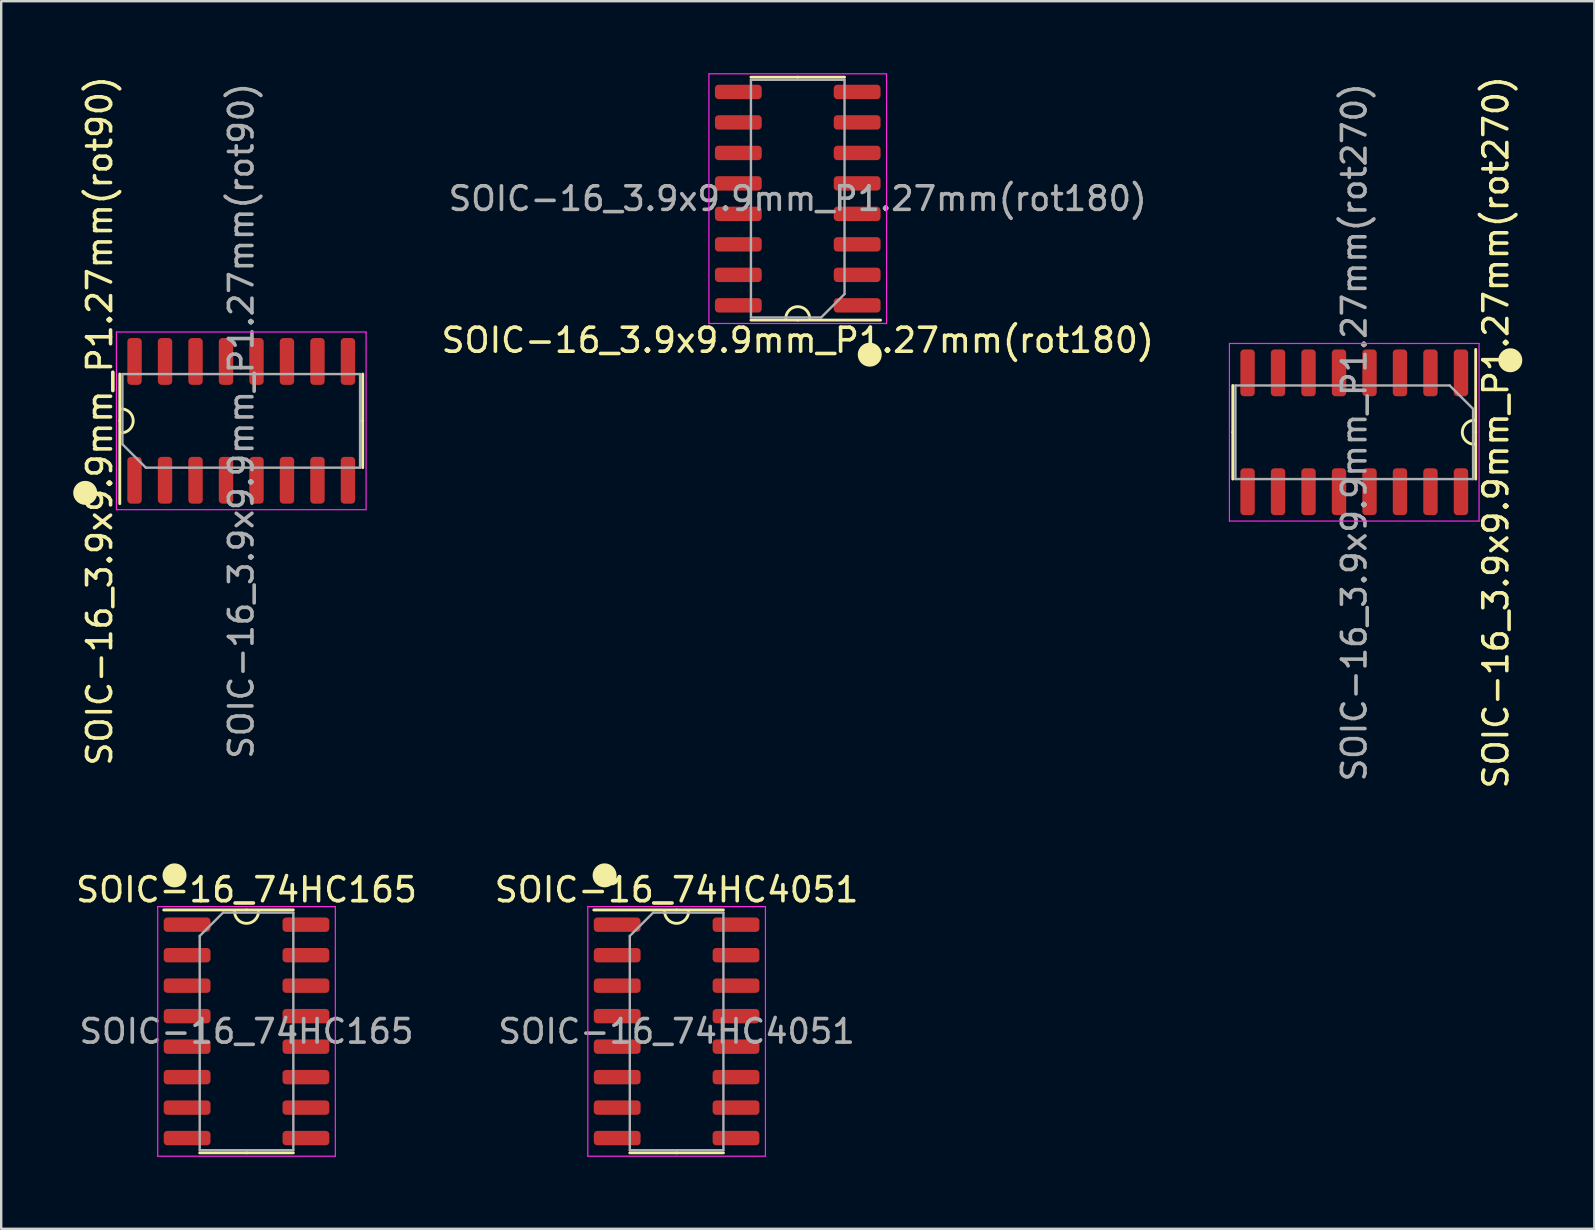
<source format=kicad_pcb>
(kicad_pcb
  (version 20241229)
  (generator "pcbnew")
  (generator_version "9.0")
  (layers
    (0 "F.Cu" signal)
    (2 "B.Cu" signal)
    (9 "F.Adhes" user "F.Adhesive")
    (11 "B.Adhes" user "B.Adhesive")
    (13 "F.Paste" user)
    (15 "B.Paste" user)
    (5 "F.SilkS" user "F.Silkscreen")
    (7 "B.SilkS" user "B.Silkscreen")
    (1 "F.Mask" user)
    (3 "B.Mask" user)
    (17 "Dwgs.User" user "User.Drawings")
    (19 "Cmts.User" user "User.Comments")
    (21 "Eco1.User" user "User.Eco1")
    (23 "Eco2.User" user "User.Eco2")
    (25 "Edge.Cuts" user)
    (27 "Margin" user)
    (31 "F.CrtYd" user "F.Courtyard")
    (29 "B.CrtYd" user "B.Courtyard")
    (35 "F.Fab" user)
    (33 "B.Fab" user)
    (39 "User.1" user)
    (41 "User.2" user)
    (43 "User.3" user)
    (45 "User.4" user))
  (footprint "SOIC-16_74HC4051"
    (layer "F.Cu")
    (at 25.137 39.917)
    (property "Reference" "SOIC-16_74HC4051" (at 0 -5.9 0) (layer "F.SilkS") (effects (font (size 1 1) (thickness 0.15))))
    (attr smd)
    (fp_line (start 0 -5.06) (end -3.45 -5.06) (stroke (width 0.12) (type solid)) (layer "F.SilkS"))
    (fp_line (start 0 -5.06) (end 1.95 -5.06) (stroke (width 0.12) (type solid)) (layer "F.SilkS"))
    (fp_line (start 0 5.06) (end -1.95 5.06) (stroke (width 0.12) (type solid)) (layer "F.SilkS"))
    (fp_line (start 0 5.06) (end 1.95 5.06) (stroke (width 0.12) (type solid)) (layer "F.SilkS"))
    (fp_arc (start 0.5 -5) (mid 0 -4.5) (end -0.5 -5) (stroke (width 0.12) (type solid)) (layer "F.SilkS"))
    (fp_circle (center -3 -6.5) (end -2.75 -6.5) (stroke (width 0.5) (type solid)) (fill no) (layer "F.SilkS"))
    (fp_line (start -3.7 -5.2) (end -3.7 5.2) (stroke (width 0.05) (type solid)) (layer "F.CrtYd"))
    (fp_line (start -3.7 5.2) (end 3.7 5.2) (stroke (width 0.05) (type solid)) (layer "F.CrtYd"))
    (fp_line (start 3.7 -5.2) (end -3.7 -5.2) (stroke (width 0.05) (type solid)) (layer "F.CrtYd"))
    (fp_line (start 3.7 5.2) (end 3.7 -5.2) (stroke (width 0.05) (type solid)) (layer "F.CrtYd"))
    (fp_line (start -1.95 -3.975) (end -0.975 -4.95) (stroke (width 0.1) (type solid)) (layer "F.Fab"))
    (fp_line (start -1.95 4.95) (end -1.95 -3.975) (stroke (width 0.1) (type solid)) (layer "F.Fab"))
    (fp_line (start -0.975 -4.95) (end 1.95 -4.95) (stroke (width 0.1) (type solid)) (layer "F.Fab"))
    (fp_line (start 1.95 -4.95) (end 1.95 4.95) (stroke (width 0.1) (type solid)) (layer "F.Fab"))
    (fp_line (start 1.95 4.95) (end -1.95 4.95) (stroke (width 0.1) (type solid)) (layer "F.Fab"))
    (fp_text user "${REFERENCE}" (at 0 0 0) (layer "F.Fab") (effects (font (size 0.98 0.98) (thickness 0.15))))
    (pad "1" smd roundrect (at -2.475 -4.445) (size 1.95 0.6) (layers "F.Cu" "F.Mask" "F.Paste") (roundrect_rratio 0.25))
    (pad "2" smd roundrect (at -2.475 -3.175) (size 1.95 0.6) (layers "F.Cu" "F.Mask" "F.Paste") (roundrect_rratio 0.25))
    (pad "3" smd roundrect (at -2.475 -1.905) (size 1.95 0.6) (layers "F.Cu" "F.Mask" "F.Paste") (roundrect_rratio 0.25))
    (pad "4" smd roundrect (at -2.475 -0.635) (size 1.95 0.6) (layers "F.Cu" "F.Mask" "F.Paste") (roundrect_rratio 0.25))
    (pad "5" smd roundrect (at -2.475 0.635) (size 1.95 0.6) (layers "F.Cu" "F.Mask" "F.Paste") (roundrect_rratio 0.25))
    (pad "6" smd roundrect (at -2.475 1.905) (size 1.95 0.6) (layers "F.Cu" "F.Mask" "F.Paste") (roundrect_rratio 0.25))
    (pad "7" smd roundrect (at -2.475 3.175) (size 1.95 0.6) (layers "F.Cu" "F.Mask" "F.Paste") (roundrect_rratio 0.25))
    (pad "8" smd roundrect (at -2.475 4.445) (size 1.95 0.6) (layers "F.Cu" "F.Mask" "F.Paste") (roundrect_rratio 0.25))
    (pad "9" smd roundrect (at 2.475 4.445) (size 1.95 0.6) (layers "F.Cu" "F.Mask" "F.Paste") (roundrect_rratio 0.25))
    (pad "10" smd roundrect (at 2.475 3.175) (size 1.95 0.6) (layers "F.Cu" "F.Mask" "F.Paste") (roundrect_rratio 0.25))
    (pad "11" smd roundrect (at 2.475 1.905) (size 1.95 0.6) (layers "F.Cu" "F.Mask" "F.Paste") (roundrect_rratio 0.25))
    (pad "12" smd roundrect (at 2.475 0.635) (size 1.95 0.6) (layers "F.Cu" "F.Mask" "F.Paste") (roundrect_rratio 0.25))
    (pad "13" smd roundrect (at 2.475 -0.635) (size 1.95 0.6) (layers "F.Cu" "F.Mask" "F.Paste") (roundrect_rratio 0.25))
    (pad "14" smd roundrect (at 2.475 -1.905) (size 1.95 0.6) (layers "F.Cu" "F.Mask" "F.Paste") (roundrect_rratio 0.25))
    (pad "15" smd roundrect (at 2.475 -3.175) (size 1.95 0.6) (layers "F.Cu" "F.Mask" "F.Paste") (roundrect_rratio 0.25))
    (pad "16" smd roundrect (at 2.475 -4.445) (size 1.95 0.6) (layers "F.Cu" "F.Mask" "F.Paste") (roundrect_rratio 0.25)))
  (footprint "SOIC-16_74HC165"
    (layer "F.Cu")
    (at 7.22 39.917)
    (property "Reference" "SOIC-16_74HC165" (at 0 -5.9 0) (layer "F.SilkS") (effects (font (size 1 1) (thickness 0.15))))
    (attr smd)
    (fp_line (start 0 -5.06) (end -3.45 -5.06) (stroke (width 0.12) (type solid)) (layer "F.SilkS"))
    (fp_line (start 0 -5.06) (end 1.95 -5.06) (stroke (width 0.12) (type solid)) (layer "F.SilkS"))
    (fp_line (start 0 5.06) (end -1.95 5.06) (stroke (width 0.12) (type solid)) (layer "F.SilkS"))
    (fp_line (start 0 5.06) (end 1.95 5.06) (stroke (width 0.12) (type solid)) (layer "F.SilkS"))
    (fp_arc (start 0.5 -5) (mid 0 -4.5) (end -0.5 -5) (stroke (width 0.12) (type solid)) (layer "F.SilkS"))
    (fp_circle (center -3 -6.5) (end -2.75 -6.5) (stroke (width 0.5) (type solid)) (fill no) (layer "F.SilkS"))
    (fp_line (start -3.7 -5.2) (end -3.7 5.2) (stroke (width 0.05) (type solid)) (layer "F.CrtYd"))
    (fp_line (start -3.7 5.2) (end 3.7 5.2) (stroke (width 0.05) (type solid)) (layer "F.CrtYd"))
    (fp_line (start 3.7 -5.2) (end -3.7 -5.2) (stroke (width 0.05) (type solid)) (layer "F.CrtYd"))
    (fp_line (start 3.7 5.2) (end 3.7 -5.2) (stroke (width 0.05) (type solid)) (layer "F.CrtYd"))
    (fp_line (start -1.95 -3.975) (end -0.975 -4.95) (stroke (width 0.1) (type solid)) (layer "F.Fab"))
    (fp_line (start -1.95 4.95) (end -1.95 -3.975) (stroke (width 0.1) (type solid)) (layer "F.Fab"))
    (fp_line (start -0.975 -4.95) (end 1.95 -4.95) (stroke (width 0.1) (type solid)) (layer "F.Fab"))
    (fp_line (start 1.95 -4.95) (end 1.95 4.95) (stroke (width 0.1) (type solid)) (layer "F.Fab"))
    (fp_line (start 1.95 4.95) (end -1.95 4.95) (stroke (width 0.1) (type solid)) (layer "F.Fab"))
    (fp_text user "${REFERENCE}" (at 0 0 0) (layer "F.Fab") (effects (font (size 0.98 0.98) (thickness 0.15))))
    (pad "1" smd roundrect (at -2.475 -4.445) (size 1.95 0.6) (layers "F.Cu" "F.Mask" "F.Paste") (roundrect_rratio 0.25))
    (pad "2" smd roundrect (at -2.475 -3.175) (size 1.95 0.6) (layers "F.Cu" "F.Mask" "F.Paste") (roundrect_rratio 0.25))
    (pad "3" smd roundrect (at -2.475 -1.905) (size 1.95 0.6) (layers "F.Cu" "F.Mask" "F.Paste") (roundrect_rratio 0.25))
    (pad "4" smd roundrect (at -2.475 -0.635) (size 1.95 0.6) (layers "F.Cu" "F.Mask" "F.Paste") (roundrect_rratio 0.25))
    (pad "5" smd roundrect (at -2.475 0.635) (size 1.95 0.6) (layers "F.Cu" "F.Mask" "F.Paste") (roundrect_rratio 0.25))
    (pad "6" smd roundrect (at -2.475 1.905) (size 1.95 0.6) (layers "F.Cu" "F.Mask" "F.Paste") (roundrect_rratio 0.25))
    (pad "7" smd roundrect (at -2.475 3.175) (size 1.95 0.6) (layers "F.Cu" "F.Mask" "F.Paste") (roundrect_rratio 0.25))
    (pad "8" smd roundrect (at -2.475 4.445) (size 1.95 0.6) (layers "F.Cu" "F.Mask" "F.Paste") (roundrect_rratio 0.25))
    (pad "9" smd roundrect (at 2.475 4.445) (size 1.95 0.6) (layers "F.Cu" "F.Mask" "F.Paste") (roundrect_rratio 0.25))
    (pad "10" smd roundrect (at 2.475 3.175) (size 1.95 0.6) (layers "F.Cu" "F.Mask" "F.Paste") (roundrect_rratio 0.25))
    (pad "11" smd roundrect (at 2.475 1.905) (size 1.95 0.6) (layers "F.Cu" "F.Mask" "F.Paste") (roundrect_rratio 0.25))
    (pad "12" smd roundrect (at 2.475 0.635) (size 1.95 0.6) (layers "F.Cu" "F.Mask" "F.Paste") (roundrect_rratio 0.25))
    (pad "13" smd roundrect (at 2.475 -0.635) (size 1.95 0.6) (layers "F.Cu" "F.Mask" "F.Paste") (roundrect_rratio 0.25))
    (pad "14" smd roundrect (at 2.475 -1.905) (size 1.95 0.6) (layers "F.Cu" "F.Mask" "F.Paste") (roundrect_rratio 0.25))
    (pad "15" smd roundrect (at 2.475 -3.175) (size 1.95 0.6) (layers "F.Cu" "F.Mask" "F.Paste") (roundrect_rratio 0.25))
    (pad "16" smd roundrect (at 2.475 -4.445) (size 1.95 0.6) (layers "F.Cu" "F.Mask" "F.Paste") (roundrect_rratio 0.25)))
  (footprint "SOIC-16_3.9x9.9mm_P1.27mm(rot90)"
    (layer "F.Cu")
    (at 7 14.482)
    (property "Reference" "SOIC-16_3.9x9.9mm_P1.27mm(rot90)" (at -5.9 0 90) (layer "F.SilkS") (effects (font (size 1 1) (thickness 0.15))))
    (attr smd)
    (fp_line (start -5.06 0) (end -5.06 -1.95) (stroke (width 0.12) (type solid)) (layer "F.SilkS"))
    (fp_line (start -5.06 0) (end -5.06 3.45) (stroke (width 0.12) (type solid)) (layer "F.SilkS"))
    (fp_line (start 5.06 0) (end 5.06 -1.95) (stroke (width 0.12) (type solid)) (layer "F.SilkS"))
    (fp_line (start 5.06 0) (end 5.06 1.95) (stroke (width 0.12) (type solid)) (layer "F.SilkS"))
    (fp_arc (start -5 -0.5) (mid -4.5 0) (end -5 0.5) (stroke (width 0.12) (type solid)) (layer "F.SilkS"))
    (fp_circle (center -6.5 3) (end -6.5 2.75) (stroke (width 0.5) (type solid)) (fill no) (layer "F.SilkS"))
    (fp_line (start -5.2 -3.7) (end -5.2 3.7) (stroke (width 0.05) (type solid)) (layer "F.CrtYd"))
    (fp_line (start -5.2 3.7) (end 5.2 3.7) (stroke (width 0.05) (type solid)) (layer "F.CrtYd"))
    (fp_line (start 5.2 -3.7) (end -5.2 -3.7) (stroke (width 0.05) (type solid)) (layer "F.CrtYd"))
    (fp_line (start 5.2 3.7) (end 5.2 -3.7) (stroke (width 0.05) (type solid)) (layer "F.CrtYd"))
    (fp_line (start -4.95 -1.95) (end 4.95 -1.95) (stroke (width 0.1) (type solid)) (layer "F.Fab"))
    (fp_line (start -4.95 0.975) (end -4.95 -1.95) (stroke (width 0.1) (type solid)) (layer "F.Fab"))
    (fp_line (start -3.975 1.95) (end -4.95 0.975) (stroke (width 0.1) (type solid)) (layer "F.Fab"))
    (fp_line (start 4.95 -1.95) (end 4.95 1.95) (stroke (width 0.1) (type solid)) (layer "F.Fab"))
    (fp_line (start 4.95 1.95) (end -3.975 1.95) (stroke (width 0.1) (type solid)) (layer "F.Fab"))
    (fp_text user "${REFERENCE}" (at 0 0 90) (layer "F.Fab") (effects (font (size 0.98 0.98) (thickness 0.15))))
    (pad "1" smd roundrect (at -4.445 2.475 90) (size 1.95 0.6) (layers "F.Cu" "F.Mask" "F.Paste") (roundrect_rratio 0.25))
    (pad "2" smd roundrect (at -3.175 2.475 90) (size 1.95 0.6) (layers "F.Cu" "F.Mask" "F.Paste") (roundrect_rratio 0.25))
    (pad "3" smd roundrect (at -1.905 2.475 90) (size 1.95 0.6) (layers "F.Cu" "F.Mask" "F.Paste") (roundrect_rratio 0.25))
    (pad "4" smd roundrect (at -0.635 2.475 90) (size 1.95 0.6) (layers "F.Cu" "F.Mask" "F.Paste") (roundrect_rratio 0.25))
    (pad "5" smd roundrect (at 0.635 2.475 90) (size 1.95 0.6) (layers "F.Cu" "F.Mask" "F.Paste") (roundrect_rratio 0.25))
    (pad "6" smd roundrect (at 1.905 2.475 90) (size 1.95 0.6) (layers "F.Cu" "F.Mask" "F.Paste") (roundrect_rratio 0.25))
    (pad "7" smd roundrect (at 3.175 2.475 90) (size 1.95 0.6) (layers "F.Cu" "F.Mask" "F.Paste") (roundrect_rratio 0.25))
    (pad "8" smd roundrect (at 4.445 2.475 90) (size 1.95 0.6) (layers "F.Cu" "F.Mask" "F.Paste") (roundrect_rratio 0.25))
    (pad "9" smd roundrect (at 4.445 -2.475 90) (size 1.95 0.6) (layers "F.Cu" "F.Mask" "F.Paste") (roundrect_rratio 0.25))
    (pad "10" smd roundrect (at 3.175 -2.475 90) (size 1.95 0.6) (layers "F.Cu" "F.Mask" "F.Paste") (roundrect_rratio 0.25))
    (pad "11" smd roundrect (at 1.905 -2.475 90) (size 1.95 0.6) (layers "F.Cu" "F.Mask" "F.Paste") (roundrect_rratio 0.25))
    (pad "12" smd roundrect (at 0.635 -2.475 90) (size 1.95 0.6) (layers "F.Cu" "F.Mask" "F.Paste") (roundrect_rratio 0.25))
    (pad "13" smd roundrect (at -0.635 -2.475 90) (size 1.95 0.6) (layers "F.Cu" "F.Mask" "F.Paste") (roundrect_rratio 0.25))
    (pad "14" smd roundrect (at -1.905 -2.475 90) (size 1.95 0.6) (layers "F.Cu" "F.Mask" "F.Paste") (roundrect_rratio 0.25))
    (pad "15" smd roundrect (at -3.175 -2.475 90) (size 1.95 0.6) (layers "F.Cu" "F.Mask" "F.Paste") (roundrect_rratio 0.25))
    (pad "16" smd roundrect (at -4.445 -2.475 90) (size 1.95 0.6) (layers "F.Cu" "F.Mask" "F.Paste") (roundrect_rratio 0.25)))
  (footprint "SOIC-16_3.9x9.9mm_P1.27mm(rot180)"
    (layer "F.Cu")
    (at 30.183 5.225)
    (property "Reference" "SOIC-16_3.9x9.9mm_P1.27mm(rot180)" (at 0 5.9 180) (layer "F.SilkS") (effects (font (size 1 1) (thickness 0.15))))
    (attr smd)
    (fp_line (start 0 -5.06) (end -1.95 -5.06) (stroke (width 0.12) (type solid)) (layer "F.SilkS"))
    (fp_line (start 0 -5.06) (end 1.95 -5.06) (stroke (width 0.12) (type solid)) (layer "F.SilkS"))
    (fp_line (start 0 5.06) (end -1.95 5.06) (stroke (width 0.12) (type solid)) (layer "F.SilkS"))
    (fp_line (start 0 5.06) (end 3.45 5.06) (stroke (width 0.12) (type solid)) (layer "F.SilkS"))
    (fp_arc (start -0.5 5) (mid 0 4.5) (end 0.5 5) (stroke (width 0.12) (type solid)) (layer "F.SilkS"))
    (fp_circle (center 3 6.5) (end 2.75 6.5) (stroke (width 0.5) (type solid)) (fill no) (layer "F.SilkS"))
    (fp_line (start -3.7 -5.2) (end -3.7 5.2) (stroke (width 0.05) (type solid)) (layer "F.CrtYd"))
    (fp_line (start -3.7 5.2) (end 3.7 5.2) (stroke (width 0.05) (type solid)) (layer "F.CrtYd"))
    (fp_line (start 3.7 -5.2) (end -3.7 -5.2) (stroke (width 0.05) (type solid)) (layer "F.CrtYd"))
    (fp_line (start 3.7 5.2) (end 3.7 -5.2) (stroke (width 0.05) (type solid)) (layer "F.CrtYd"))
    (fp_line (start -1.95 -4.95) (end 1.95 -4.95) (stroke (width 0.1) (type solid)) (layer "F.Fab"))
    (fp_line (start -1.95 4.95) (end -1.95 -4.95) (stroke (width 0.1) (type solid)) (layer "F.Fab"))
    (fp_line (start 0.975 4.95) (end -1.95 4.95) (stroke (width 0.1) (type solid)) (layer "F.Fab"))
    (fp_line (start 1.95 -4.95) (end 1.95 3.975) (stroke (width 0.1) (type solid)) (layer "F.Fab"))
    (fp_line (start 1.95 3.975) (end 0.975 4.95) (stroke (width 0.1) (type solid)) (layer "F.Fab"))
    (fp_text user "${REFERENCE}" (at 0 0 180) (layer "F.Fab") (effects (font (size 0.98 0.98) (thickness 0.15))))
    (pad "1" smd roundrect (at 2.475 4.445 180) (size 1.95 0.6) (layers "F.Cu" "F.Mask" "F.Paste") (roundrect_rratio 0.25))
    (pad "2" smd roundrect (at 2.475 3.175 180) (size 1.95 0.6) (layers "F.Cu" "F.Mask" "F.Paste") (roundrect_rratio 0.25))
    (pad "3" smd roundrect (at 2.475 1.905 180) (size 1.95 0.6) (layers "F.Cu" "F.Mask" "F.Paste") (roundrect_rratio 0.25))
    (pad "4" smd roundrect (at 2.475 0.635 180) (size 1.95 0.6) (layers "F.Cu" "F.Mask" "F.Paste") (roundrect_rratio 0.25))
    (pad "5" smd roundrect (at 2.475 -0.635 180) (size 1.95 0.6) (layers "F.Cu" "F.Mask" "F.Paste") (roundrect_rratio 0.25))
    (pad "6" smd roundrect (at 2.475 -1.905 180) (size 1.95 0.6) (layers "F.Cu" "F.Mask" "F.Paste") (roundrect_rratio 0.25))
    (pad "7" smd roundrect (at 2.475 -3.175 180) (size 1.95 0.6) (layers "F.Cu" "F.Mask" "F.Paste") (roundrect_rratio 0.25))
    (pad "8" smd roundrect (at 2.475 -4.445 180) (size 1.95 0.6) (layers "F.Cu" "F.Mask" "F.Paste") (roundrect_rratio 0.25))
    (pad "9" smd roundrect (at -2.475 -4.445 180) (size 1.95 0.6) (layers "F.Cu" "F.Mask" "F.Paste") (roundrect_rratio 0.25))
    (pad "10" smd roundrect (at -2.475 -3.175 180) (size 1.95 0.6) (layers "F.Cu" "F.Mask" "F.Paste") (roundrect_rratio 0.25))
    (pad "11" smd roundrect (at -2.475 -1.905 180) (size 1.95 0.6) (layers "F.Cu" "F.Mask" "F.Paste") (roundrect_rratio 0.25))
    (pad "12" smd roundrect (at -2.475 -0.635 180) (size 1.95 0.6) (layers "F.Cu" "F.Mask" "F.Paste") (roundrect_rratio 0.25))
    (pad "13" smd roundrect (at -2.475 0.635 180) (size 1.95 0.6) (layers "F.Cu" "F.Mask" "F.Paste") (roundrect_rratio 0.25))
    (pad "14" smd roundrect (at -2.475 1.905 180) (size 1.95 0.6) (layers "F.Cu" "F.Mask" "F.Paste") (roundrect_rratio 0.25))
    (pad "15" smd roundrect (at -2.475 3.175 180) (size 1.95 0.6) (layers "F.Cu" "F.Mask" "F.Paste") (roundrect_rratio 0.25))
    (pad "16" smd roundrect (at -2.475 4.445 180) (size 1.95 0.6) (layers "F.Cu" "F.Mask" "F.Paste") (roundrect_rratio 0.25)))
  (footprint "SOIC-16_3.9x9.9mm_P1.27mm(rot270)"
    (layer "F.Cu")
    (at 53.367 14.958)
    (property "Reference" "SOIC-16_3.9x9.9mm_P1.27mm(rot270)" (at 5.9 0 270) (layer "F.SilkS") (effects (font (size 1 1) (thickness 0.15))))
    (attr smd)
    (fp_line (start -5.06 0) (end -5.06 -1.95) (stroke (width 0.12) (type solid)) (layer "F.SilkS"))
    (fp_line (start -5.06 0) (end -5.06 1.95) (stroke (width 0.12) (type solid)) (layer "F.SilkS"))
    (fp_line (start 5.06 0) (end 5.06 -3.45) (stroke (width 0.12) (type solid)) (layer "F.SilkS"))
    (fp_line (start 5.06 0) (end 5.06 1.95) (stroke (width 0.12) (type solid)) (layer "F.SilkS"))
    (fp_arc (start 5 0.5) (mid 4.5 0) (end 5 -0.5) (stroke (width 0.12) (type solid)) (layer "F.SilkS"))
    (fp_circle (center 6.5 -3) (end 6.5 -2.75) (stroke (width 0.5) (type solid)) (fill no) (layer "F.SilkS"))
    (fp_line (start -5.2 -3.7) (end -5.2 3.7) (stroke (width 0.05) (type solid)) (layer "F.CrtYd"))
    (fp_line (start -5.2 3.7) (end 5.2 3.7) (stroke (width 0.05) (type solid)) (layer "F.CrtYd"))
    (fp_line (start 5.2 -3.7) (end -5.2 -3.7) (stroke (width 0.05) (type solid)) (layer "F.CrtYd"))
    (fp_line (start 5.2 3.7) (end 5.2 -3.7) (stroke (width 0.05) (type solid)) (layer "F.CrtYd"))
    (fp_line (start -4.95 -1.95) (end 3.975 -1.95) (stroke (width 0.1) (type solid)) (layer "F.Fab"))
    (fp_line (start -4.95 1.95) (end -4.95 -1.95) (stroke (width 0.1) (type solid)) (layer "F.Fab"))
    (fp_line (start 3.975 -1.95) (end 4.95 -0.975) (stroke (width 0.1) (type solid)) (layer "F.Fab"))
    (fp_line (start 4.95 -0.975) (end 4.95 1.95) (stroke (width 0.1) (type solid)) (layer "F.Fab"))
    (fp_line (start 4.95 1.95) (end -4.95 1.95) (stroke (width 0.1) (type solid)) (layer "F.Fab"))
    (fp_text user "${REFERENCE}" (at 0 0 270) (layer "F.Fab") (effects (font (size 0.98 0.98) (thickness 0.15))))
    (pad "1" smd roundrect (at 4.445 -2.475 270) (size 1.95 0.6) (layers "F.Cu" "F.Mask" "F.Paste") (roundrect_rratio 0.25))
    (pad "2" smd roundrect (at 3.175 -2.475 270) (size 1.95 0.6) (layers "F.Cu" "F.Mask" "F.Paste") (roundrect_rratio 0.25))
    (pad "3" smd roundrect (at 1.905 -2.475 270) (size 1.95 0.6) (layers "F.Cu" "F.Mask" "F.Paste") (roundrect_rratio 0.25))
    (pad "4" smd roundrect (at 0.635 -2.475 270) (size 1.95 0.6) (layers "F.Cu" "F.Mask" "F.Paste") (roundrect_rratio 0.25))
    (pad "5" smd roundrect (at -0.635 -2.475 270) (size 1.95 0.6) (layers "F.Cu" "F.Mask" "F.Paste") (roundrect_rratio 0.25))
    (pad "6" smd roundrect (at -1.905 -2.475 270) (size 1.95 0.6) (layers "F.Cu" "F.Mask" "F.Paste") (roundrect_rratio 0.25))
    (pad "7" smd roundrect (at -3.175 -2.475 270) (size 1.95 0.6) (layers "F.Cu" "F.Mask" "F.Paste") (roundrect_rratio 0.25))
    (pad "8" smd roundrect (at -4.445 -2.475 270) (size 1.95 0.6) (layers "F.Cu" "F.Mask" "F.Paste") (roundrect_rratio 0.25))
    (pad "9" smd roundrect (at -4.445 2.475 270) (size 1.95 0.6) (layers "F.Cu" "F.Mask" "F.Paste") (roundrect_rratio 0.25))
    (pad "10" smd roundrect (at -3.175 2.475 270) (size 1.95 0.6) (layers "F.Cu" "F.Mask" "F.Paste") (roundrect_rratio 0.25))
    (pad "11" smd roundrect (at -1.905 2.475 270) (size 1.95 0.6) (layers "F.Cu" "F.Mask" "F.Paste") (roundrect_rratio 0.25))
    (pad "12" smd roundrect (at -0.635 2.475 270) (size 1.95 0.6) (layers "F.Cu" "F.Mask" "F.Paste") (roundrect_rratio 0.25))
    (pad "13" smd roundrect (at 0.635 2.475 270) (size 1.95 0.6) (layers "F.Cu" "F.Mask" "F.Paste") (roundrect_rratio 0.25))
    (pad "14" smd roundrect (at 1.905 2.475 270) (size 1.95 0.6) (layers "F.Cu" "F.Mask" "F.Paste") (roundrect_rratio 0.25))
    (pad "15" smd roundrect (at 3.175 2.475 270) (size 1.95 0.6) (layers "F.Cu" "F.Mask" "F.Paste") (roundrect_rratio 0.25))
    (pad "16" smd roundrect (at 4.445 2.475 270) (size 1.95 0.6) (layers "F.Cu" "F.Mask" "F.Paste") (roundrect_rratio 0.25)))
  (gr_rect
    (start -3 -3)
    (end 63.367 48.142)
    (stroke (width 0.1) (type default))
    (fill no)
    (layer "Edge.Cuts")))
</source>
